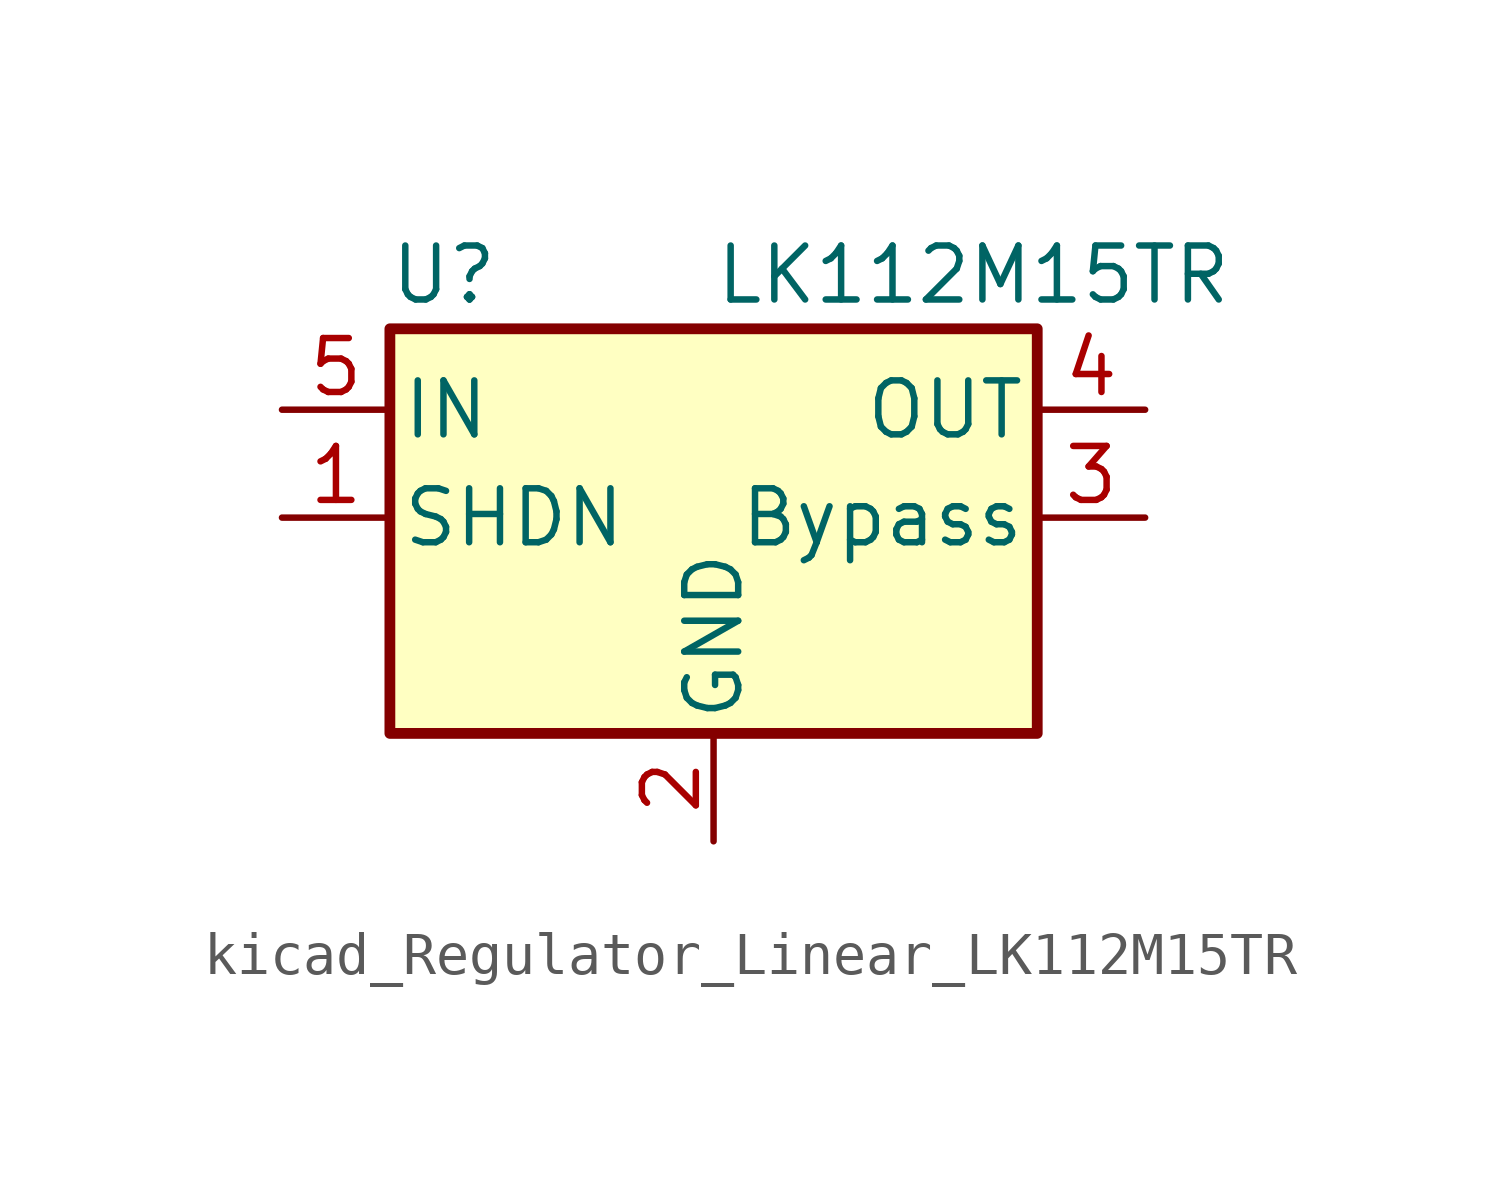
<source format=kicad_sym>
(kicad_symbol_lib
  (version 20220914)
  (generator kicad_symbol_editor)
  (symbol "kicad_Regulator_Linear_LK112M15TR"
    (pin_names
      (offset 0.254))
    (property "Reference" "U"
      (at -6.35 5.715 0)
      (effects (font (size 1.27 1.27))))
    (property "Value" "LK112M15TR"
      (at 0 5.715 0)
      (effects (font (size 1.27 1.27)) (justify left)))
    (symbol "kicad_Regulator_Linear_LK112M15TR_0_1"
      (rectangle (start -7.62 4.445) (end 7.62 -5.08) (stroke (width 0.254) (type default)) (fill (type background))))
    (symbol "kicad_Regulator_Linear_LK112M15TR_1_1"
      (pin input line (at -10.16 0 0) (length 2.54) (name "SHDN" (effects (font (size 1.27 1.27)))) (number "1" (effects (font (size 1.27 1.27)))))
      (pin power_in line (at 0 -7.62 90) (length 2.54) (name "GND" (effects (font (size 1.27 1.27)))) (number "2" (effects (font (size 1.27 1.27)))))
      (pin passive line (at 10.16 0 180) (length 2.54) (name "Bypass" (effects (font (size 1.27 1.27)))) (number "3" (effects (font (size 1.27 1.27)))))
      (pin power_out line (at 10.16 2.54 180) (length 2.54) (name "OUT" (effects (font (size 1.27 1.27)))) (number "4" (effects (font (size 1.27 1.27)))))
      (pin power_in line (at -10.16 2.54 0) (length 2.54) (name "IN" (effects (font (size 1.27 1.27)))) (number "5" (effects (font (size 1.27 1.27))))))))
</source>
